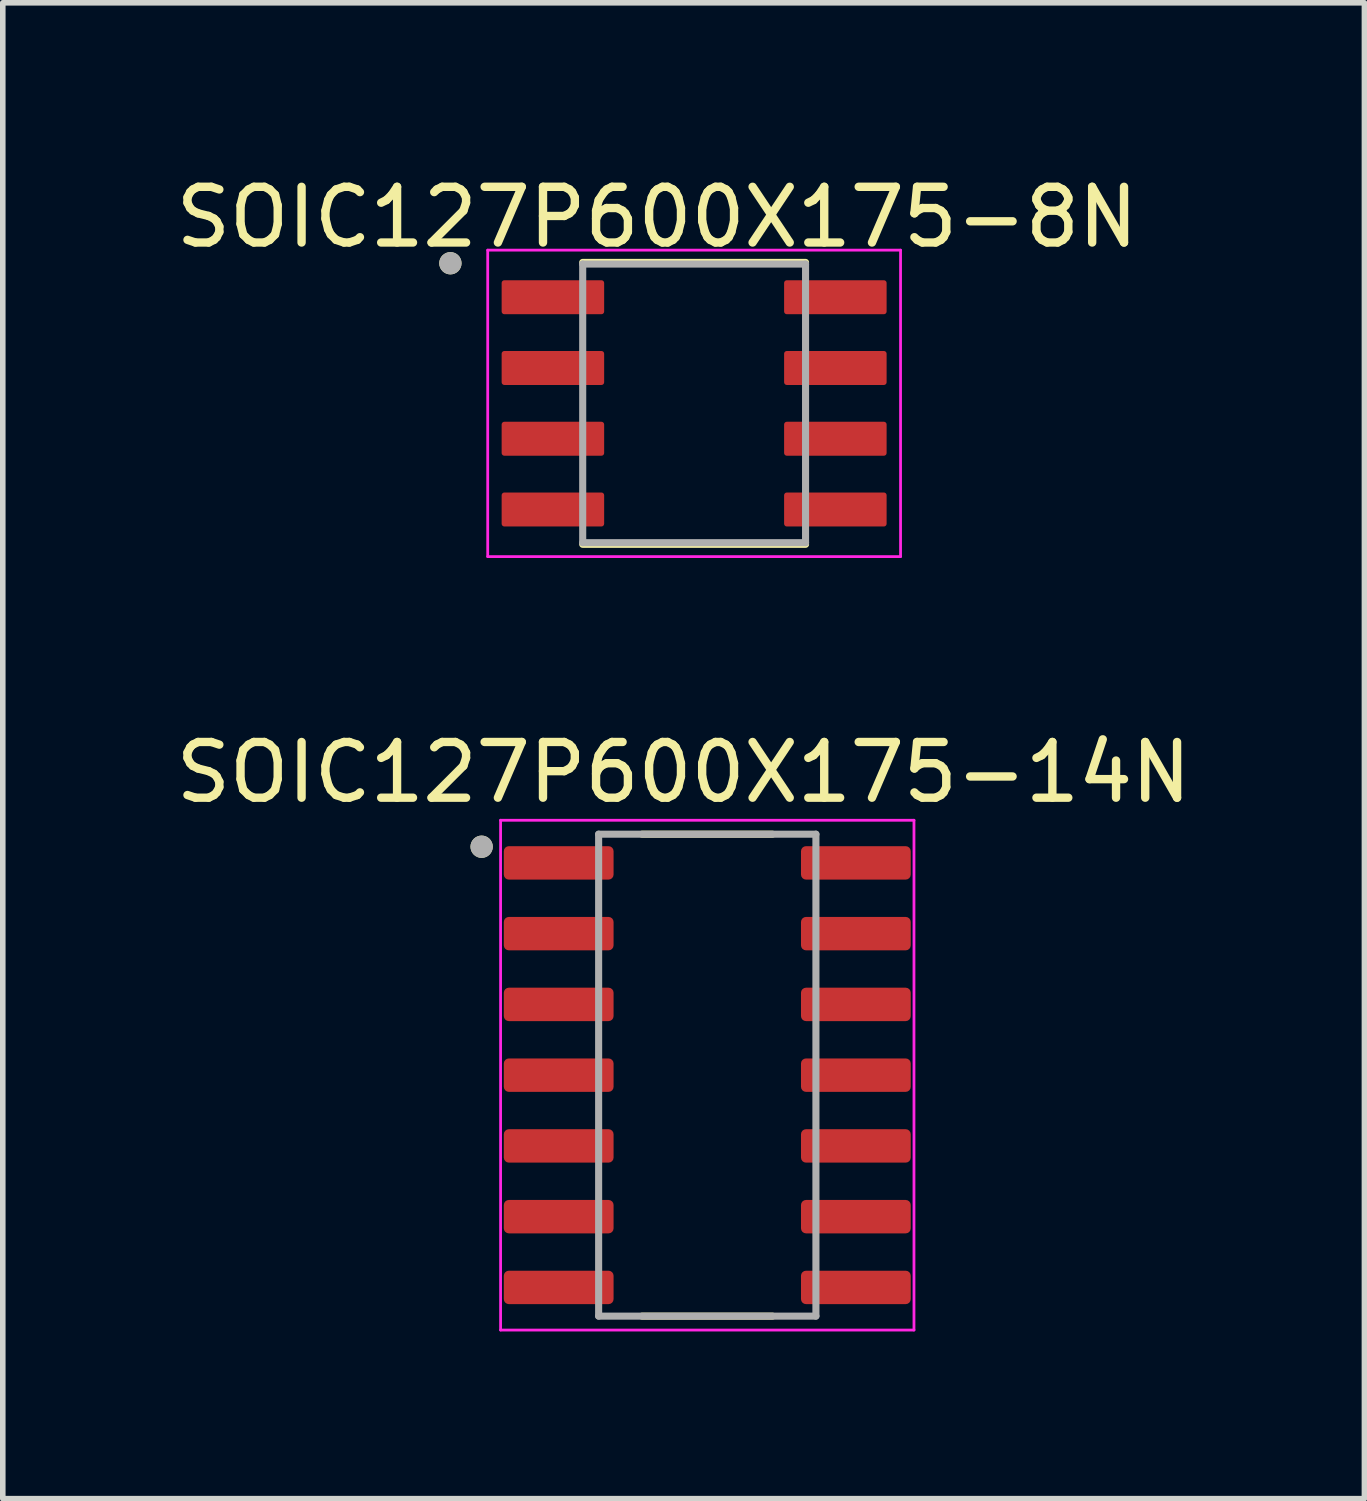
<source format=kicad_pcb>
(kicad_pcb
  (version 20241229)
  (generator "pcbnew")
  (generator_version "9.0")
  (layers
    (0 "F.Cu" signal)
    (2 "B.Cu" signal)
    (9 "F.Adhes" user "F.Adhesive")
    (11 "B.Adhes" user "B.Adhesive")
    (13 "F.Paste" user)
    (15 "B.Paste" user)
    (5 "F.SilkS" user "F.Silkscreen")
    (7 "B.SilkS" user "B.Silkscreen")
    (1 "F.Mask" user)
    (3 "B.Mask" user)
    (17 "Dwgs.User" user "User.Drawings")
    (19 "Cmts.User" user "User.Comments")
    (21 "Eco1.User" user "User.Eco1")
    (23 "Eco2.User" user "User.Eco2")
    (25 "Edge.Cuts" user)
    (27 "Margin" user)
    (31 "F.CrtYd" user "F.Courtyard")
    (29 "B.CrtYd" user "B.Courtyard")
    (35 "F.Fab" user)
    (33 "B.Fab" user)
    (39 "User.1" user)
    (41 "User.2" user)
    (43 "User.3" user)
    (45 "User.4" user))
  (footprint "SOIC127P600X175-14N"
    (layer "F.Cu")
    (at 9.645 16.248)
    (property "Reference" "SOIC127P600X175-14N" (at -0.425 -5.435 0) (layer "F.SilkS") (effects (font (size 1 1) (thickness 0.15))))
    (attr smd)
    (fp_line (start -1.17 -4.325) (end 1.17 -4.325) (stroke (width 0.127) (type solid)) (layer "F.SilkS"))
    (fp_line (start -1.17 4.325) (end 1.17 4.325) (stroke (width 0.127) (type solid)) (layer "F.SilkS"))
    (fp_circle (center -4.05 -4.1) (end -3.95 -4.1) (stroke (width 0.2) (type solid)) (fill no) (layer "F.SilkS"))
    (fp_line (start -3.71 -4.575) (end 3.71 -4.575) (stroke (width 0.05) (type solid)) (layer "F.CrtYd"))
    (fp_line (start -3.71 4.575) (end -3.71 -4.575) (stroke (width 0.05) (type solid)) (layer "F.CrtYd"))
    (fp_line (start 3.71 -4.575) (end 3.71 4.575) (stroke (width 0.05) (type solid)) (layer "F.CrtYd"))
    (fp_line (start 3.71 4.575) (end -3.71 4.575) (stroke (width 0.05) (type solid)) (layer "F.CrtYd"))
    (fp_line (start -1.95 -4.325) (end 1.95 -4.325) (stroke (width 0.127) (type solid)) (layer "F.Fab"))
    (fp_line (start -1.95 4.325) (end -1.95 -4.325) (stroke (width 0.127) (type solid)) (layer "F.Fab"))
    (fp_line (start 1.95 -4.325) (end 1.95 4.325) (stroke (width 0.127) (type solid)) (layer "F.Fab"))
    (fp_line (start 1.95 4.325) (end -1.95 4.325) (stroke (width 0.127) (type solid)) (layer "F.Fab"))
    (fp_circle (center -4.05 -4.1) (end -3.95 -4.1) (stroke (width 0.2) (type solid)) (fill no) (layer "F.Fab"))
    (pad "1" smd roundrect (at -2.667 -3.81) (size 1.97 0.6) (layers "F.Cu" "F.Mask" "F.Paste") (roundrect_rratio 0.15))
    (pad "2" smd roundrect (at -2.667 -2.54) (size 1.97 0.6) (layers "F.Cu" "F.Mask" "F.Paste") (roundrect_rratio 0.15))
    (pad "3" smd roundrect (at -2.667 -1.27) (size 1.97 0.6) (layers "F.Cu" "F.Mask" "F.Paste") (roundrect_rratio 0.15))
    (pad "4" smd roundrect (at -2.667 0) (size 1.97 0.6) (layers "F.Cu" "F.Mask" "F.Paste") (roundrect_rratio 0.15))
    (pad "5" smd roundrect (at -2.667 1.27) (size 1.97 0.6) (layers "F.Cu" "F.Mask" "F.Paste") (roundrect_rratio 0.15))
    (pad "6" smd roundrect (at -2.667 2.54) (size 1.97 0.6) (layers "F.Cu" "F.Mask" "F.Paste") (roundrect_rratio 0.15))
    (pad "7" smd roundrect (at -2.667 3.81) (size 1.97 0.6) (layers "F.Cu" "F.Mask" "F.Paste") (roundrect_rratio 0.15))
    (pad "8" smd roundrect (at 2.667 3.81) (size 1.97 0.6) (layers "F.Cu" "F.Mask" "F.Paste") (roundrect_rratio 0.15))
    (pad "9" smd roundrect (at 2.667 2.54) (size 1.97 0.6) (layers "F.Cu" "F.Mask" "F.Paste") (roundrect_rratio 0.15))
    (pad "10" smd roundrect (at 2.667 1.27) (size 1.97 0.6) (layers "F.Cu" "F.Mask" "F.Paste") (roundrect_rratio 0.15))
    (pad "11" smd roundrect (at 2.667 0) (size 1.97 0.6) (layers "F.Cu" "F.Mask" "F.Paste") (roundrect_rratio 0.15))
    (pad "12" smd roundrect (at 2.667 -1.27) (size 1.97 0.6) (layers "F.Cu" "F.Mask" "F.Paste") (roundrect_rratio 0.15))
    (pad "13" smd roundrect (at 2.667 -2.54) (size 1.97 0.6) (layers "F.Cu" "F.Mask" "F.Paste") (roundrect_rratio 0.15))
    (pad "14" smd roundrect (at 2.667 -3.81) (size 1.97 0.6) (layers "F.Cu" "F.Mask" "F.Paste") (roundrect_rratio 0.15)))
  (footprint "SOIC127P600X175-8N"
    (layer "F.Cu")
    (at 9.409 4.19)
    (property "Reference" "SOIC127P600X175-8N" (at -0.665 -3.342 0) (layer "F.SilkS") (effects (font (size 1 1) (thickness 0.15))))
    (attr smd)
    (fp_line (start -2 -2.53) (end 2 -2.53) (stroke (width 0.127) (type solid)) (layer "F.SilkS"))
    (fp_line (start -2 2.53) (end 2 2.53) (stroke (width 0.127) (type solid)) (layer "F.SilkS"))
    (fp_circle (center -4.375 -2.515) (end -4.275 -2.515) (stroke (width 0.2) (type solid)) (fill no) (layer "F.SilkS"))
    (fp_line (start -3.705 -2.75) (end -3.705 2.75) (stroke (width 0.05) (type solid)) (layer "F.CrtYd"))
    (fp_line (start -3.705 -2.75) (end 3.705 -2.75) (stroke (width 0.05) (type solid)) (layer "F.CrtYd"))
    (fp_line (start -3.705 2.75) (end 3.705 2.75) (stroke (width 0.05) (type solid)) (layer "F.CrtYd"))
    (fp_line (start 3.705 -2.75) (end 3.705 2.75) (stroke (width 0.05) (type solid)) (layer "F.CrtYd"))
    (fp_line (start -2 -2.5) (end -2 2.5) (stroke (width 0.127) (type solid)) (layer "F.Fab"))
    (fp_line (start -2 -2.5) (end 2 -2.5) (stroke (width 0.127) (type solid)) (layer "F.Fab"))
    (fp_line (start -2 2.5) (end 2 2.5) (stroke (width 0.127) (type solid)) (layer "F.Fab"))
    (fp_line (start 2 -2.5) (end 2 2.5) (stroke (width 0.127) (type solid)) (layer "F.Fab"))
    (fp_circle (center -4.375 -2.515) (end -4.275 -2.515) (stroke (width 0.2) (type solid)) (fill no) (layer "F.Fab"))
    (pad "1" smd roundrect (at -2.535 -1.905) (size 1.84 0.61) (layers "F.Cu" "F.Mask" "F.Paste") (roundrect_rratio 0.08))
    (pad "2" smd roundrect (at -2.535 -0.635) (size 1.84 0.61) (layers "F.Cu" "F.Mask" "F.Paste") (roundrect_rratio 0.08))
    (pad "3" smd roundrect (at -2.535 0.635) (size 1.84 0.61) (layers "F.Cu" "F.Mask" "F.Paste") (roundrect_rratio 0.08))
    (pad "4" smd roundrect (at -2.535 1.905) (size 1.84 0.61) (layers "F.Cu" "F.Mask" "F.Paste") (roundrect_rratio 0.08))
    (pad "5" smd roundrect (at 2.535 1.905) (size 1.84 0.61) (layers "F.Cu" "F.Mask" "F.Paste") (roundrect_rratio 0.08))
    (pad "6" smd roundrect (at 2.535 0.635) (size 1.84 0.61) (layers "F.Cu" "F.Mask" "F.Paste") (roundrect_rratio 0.08))
    (pad "7" smd roundrect (at 2.535 -0.635) (size 1.84 0.61) (layers "F.Cu" "F.Mask" "F.Paste") (roundrect_rratio 0.08))
    (pad "8" smd roundrect (at 2.535 -1.905) (size 1.84 0.61) (layers "F.Cu" "F.Mask" "F.Paste") (roundrect_rratio 0.08)))
  (gr_rect
    (start -3 -3)
    (end 21.44 23.849)
    (stroke (width 0.1) (type default))
    (fill no)
    (layer "Edge.Cuts")))
</source>
